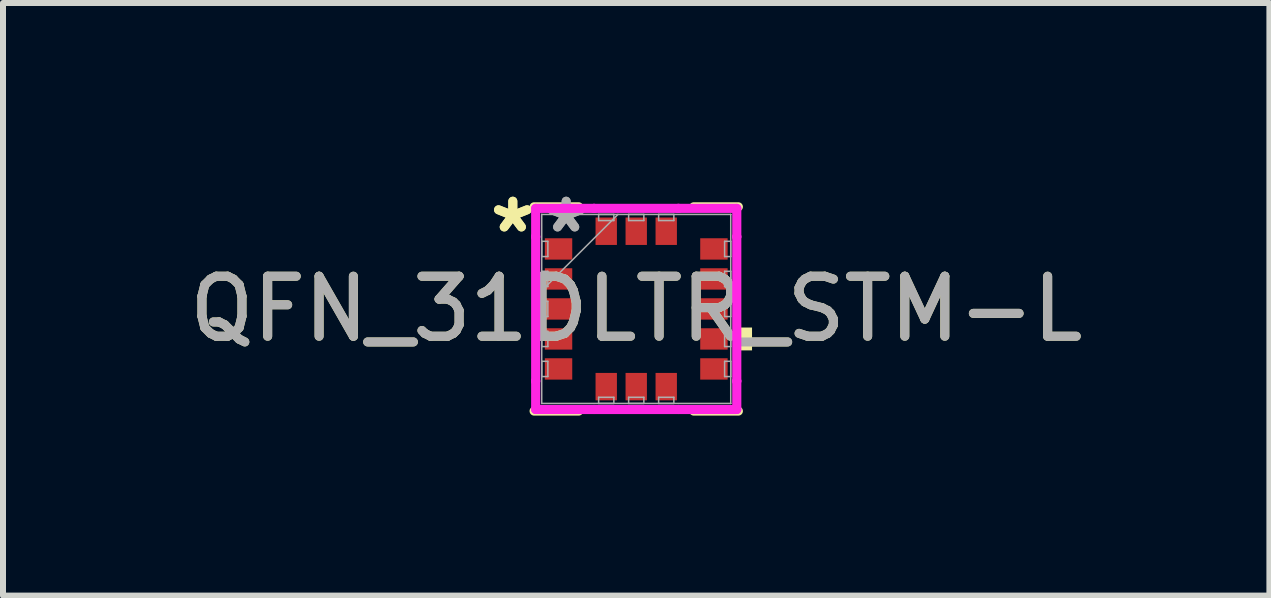
<source format=kicad_pcb>
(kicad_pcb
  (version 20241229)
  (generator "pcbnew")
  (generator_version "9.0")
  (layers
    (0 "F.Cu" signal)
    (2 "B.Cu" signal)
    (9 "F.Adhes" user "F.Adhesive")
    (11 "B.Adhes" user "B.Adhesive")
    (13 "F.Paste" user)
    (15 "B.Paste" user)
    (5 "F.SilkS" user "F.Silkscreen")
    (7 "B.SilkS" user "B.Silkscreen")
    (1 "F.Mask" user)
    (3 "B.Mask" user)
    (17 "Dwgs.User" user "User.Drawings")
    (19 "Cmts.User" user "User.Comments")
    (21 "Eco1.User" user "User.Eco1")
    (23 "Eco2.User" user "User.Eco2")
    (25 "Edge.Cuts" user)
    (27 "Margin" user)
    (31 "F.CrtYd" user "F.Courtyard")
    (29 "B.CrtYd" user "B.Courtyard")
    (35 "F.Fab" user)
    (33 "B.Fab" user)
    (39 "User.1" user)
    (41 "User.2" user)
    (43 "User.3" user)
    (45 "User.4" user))
  (footprint "QFN_31DLTR_STM-L"
    (layer "F.Cu")
    (at 7.554 2.099)
    (property "Reference" "QFN_31DLTR_STM-L" (at 0 0 0) (unlocked yes) (layer "F.SilkS") (effects (font (size 1 1) (thickness 0.15))))
    (attr smd)
    (fp_line (start -1.702 1.702) (end -0.959 1.702) (stroke (width 0.152) (type solid)) (layer "F.SilkS"))
    (fp_line (start -0.959 -1.702) (end -1.702 -1.702) (stroke (width 0.152) (type solid)) (layer "F.SilkS"))
    (fp_line (start 0.959 1.702) (end 1.702 1.702) (stroke (width 0.152) (type solid)) (layer "F.SilkS"))
    (fp_line (start 1.702 -1.702) (end 0.959 -1.702) (stroke (width 0.152) (type solid)) (layer "F.SilkS"))
    (fp_poly (pts (xy 1.93 0.31) (xy 1.93 0.691) (xy 1.676 0.691) (xy 1.676 0.31)) (stroke (width 0) (type solid)) (fill yes) (layer "F.SilkS"))
    (fp_line (start -1.676 -1.676) (end -0.703 -1.676) (stroke (width 0.152) (type solid)) (layer "F.CrtYd"))
    (fp_line (start -1.676 -1.203) (end -1.676 -1.676) (stroke (width 0.152) (type solid)) (layer "F.CrtYd"))
    (fp_line (start -1.676 -1.203) (end -1.676 -1.203) (stroke (width 0.152) (type solid)) (layer "F.CrtYd"))
    (fp_line (start -1.676 1.203) (end -1.676 -1.203) (stroke (width 0.152) (type solid)) (layer "F.CrtYd"))
    (fp_line (start -1.676 1.203) (end -1.676 1.203) (stroke (width 0.152) (type solid)) (layer "F.CrtYd"))
    (fp_line (start -1.676 1.676) (end -1.676 1.203) (stroke (width 0.152) (type solid)) (layer "F.CrtYd"))
    (fp_line (start -0.703 -1.676) (end -0.703 -1.676) (stroke (width 0.152) (type solid)) (layer "F.CrtYd"))
    (fp_line (start -0.703 -1.676) (end 0.703 -1.676) (stroke (width 0.152) (type solid)) (layer "F.CrtYd"))
    (fp_line (start -0.703 1.676) (end -1.676 1.676) (stroke (width 0.152) (type solid)) (layer "F.CrtYd"))
    (fp_line (start -0.703 1.676) (end -0.703 1.676) (stroke (width 0.152) (type solid)) (layer "F.CrtYd"))
    (fp_line (start 0.703 -1.676) (end 0.703 -1.676) (stroke (width 0.152) (type solid)) (layer "F.CrtYd"))
    (fp_line (start 0.703 -1.676) (end 1.676 -1.676) (stroke (width 0.152) (type solid)) (layer "F.CrtYd"))
    (fp_line (start 0.703 1.676) (end -0.703 1.676) (stroke (width 0.152) (type solid)) (layer "F.CrtYd"))
    (fp_line (start 0.703 1.676) (end 0.703 1.676) (stroke (width 0.152) (type solid)) (layer "F.CrtYd"))
    (fp_line (start 1.676 -1.676) (end 1.676 -1.203) (stroke (width 0.152) (type solid)) (layer "F.CrtYd"))
    (fp_line (start 1.676 -1.203) (end 1.676 -1.203) (stroke (width 0.152) (type solid)) (layer "F.CrtYd"))
    (fp_line (start 1.676 -1.203) (end 1.676 1.203) (stroke (width 0.152) (type solid)) (layer "F.CrtYd"))
    (fp_line (start 1.676 1.203) (end 1.676 1.203) (stroke (width 0.152) (type solid)) (layer "F.CrtYd"))
    (fp_line (start 1.676 1.203) (end 1.676 1.676) (stroke (width 0.152) (type solid)) (layer "F.CrtYd"))
    (fp_line (start 1.676 1.676) (end 0.703 1.676) (stroke (width 0.152) (type solid)) (layer "F.CrtYd"))
    (fp_line (start -1.575 -1.575) (end -1.575 -1.575) (stroke (width 0.025) (type solid)) (layer "F.Fab"))
    (fp_line (start -1.575 -1.575) (end -1.575 1.575) (stroke (width 0.025) (type solid)) (layer "F.Fab"))
    (fp_line (start -1.575 -1.127) (end -1.473 -1.127) (stroke (width 0.025) (type solid)) (layer "F.Fab"))
    (fp_line (start -1.575 -0.873) (end -1.575 -1.127) (stroke (width 0.025) (type solid)) (layer "F.Fab"))
    (fp_line (start -1.575 -0.627) (end -1.473 -0.627) (stroke (width 0.025) (type solid)) (layer "F.Fab"))
    (fp_line (start -1.575 -0.373) (end -1.575 -0.627) (stroke (width 0.025) (type solid)) (layer "F.Fab"))
    (fp_line (start -1.575 -0.305) (end -0.305 -1.575) (stroke (width 0.025) (type solid)) (layer "F.Fab"))
    (fp_line (start -1.575 -0.127) (end -1.473 -0.127) (stroke (width 0.025) (type solid)) (layer "F.Fab"))
    (fp_line (start -1.575 0.127) (end -1.575 -0.127) (stroke (width 0.025) (type solid)) (layer "F.Fab"))
    (fp_line (start -1.575 0.373) (end -1.473 0.373) (stroke (width 0.025) (type solid)) (layer "F.Fab"))
    (fp_line (start -1.575 0.627) (end -1.575 0.373) (stroke (width 0.025) (type solid)) (layer "F.Fab"))
    (fp_line (start -1.575 0.873) (end -1.473 0.873) (stroke (width 0.025) (type solid)) (layer "F.Fab"))
    (fp_line (start -1.575 1.127) (end -1.575 0.873) (stroke (width 0.025) (type solid)) (layer "F.Fab"))
    (fp_line (start -1.575 1.575) (end -1.575 1.575) (stroke (width 0.025) (type solid)) (layer "F.Fab"))
    (fp_line (start -1.575 1.575) (end 1.575 1.575) (stroke (width 0.025) (type solid)) (layer "F.Fab"))
    (fp_line (start -1.473 -1.127) (end -1.473 -0.873) (stroke (width 0.025) (type solid)) (layer "F.Fab"))
    (fp_line (start -1.473 -0.873) (end -1.575 -0.873) (stroke (width 0.025) (type solid)) (layer "F.Fab"))
    (fp_line (start -1.473 -0.627) (end -1.473 -0.373) (stroke (width 0.025) (type solid)) (layer "F.Fab"))
    (fp_line (start -1.473 -0.373) (end -1.575 -0.373) (stroke (width 0.025) (type solid)) (layer "F.Fab"))
    (fp_line (start -1.473 -0.127) (end -1.473 0.127) (stroke (width 0.025) (type solid)) (layer "F.Fab"))
    (fp_line (start -1.473 0.127) (end -1.575 0.127) (stroke (width 0.025) (type solid)) (layer "F.Fab"))
    (fp_line (start -1.473 0.373) (end -1.473 0.627) (stroke (width 0.025) (type solid)) (layer "F.Fab"))
    (fp_line (start -1.473 0.627) (end -1.575 0.627) (stroke (width 0.025) (type solid)) (layer "F.Fab"))
    (fp_line (start -1.473 0.873) (end -1.473 1.127) (stroke (width 0.025) (type solid)) (layer "F.Fab"))
    (fp_line (start -1.473 1.127) (end -1.575 1.127) (stroke (width 0.025) (type solid)) (layer "F.Fab"))
    (fp_line (start -0.627 -1.575) (end -0.373 -1.575) (stroke (width 0.025) (type solid)) (layer "F.Fab"))
    (fp_line (start -0.627 -1.473) (end -0.627 -1.575) (stroke (width 0.025) (type solid)) (layer "F.Fab"))
    (fp_line (start -0.627 1.473) (end -0.373 1.473) (stroke (width 0.025) (type solid)) (layer "F.Fab"))
    (fp_line (start -0.627 1.575) (end -0.627 1.473) (stroke (width 0.025) (type solid)) (layer "F.Fab"))
    (fp_line (start -0.373 -1.575) (end -0.373 -1.473) (stroke (width 0.025) (type solid)) (layer "F.Fab"))
    (fp_line (start -0.373 -1.473) (end -0.627 -1.473) (stroke (width 0.025) (type solid)) (layer "F.Fab"))
    (fp_line (start -0.373 1.473) (end -0.373 1.575) (stroke (width 0.025) (type solid)) (layer "F.Fab"))
    (fp_line (start -0.373 1.575) (end -0.627 1.575) (stroke (width 0.025) (type solid)) (layer "F.Fab"))
    (fp_line (start -0.127 -1.575) (end 0.127 -1.575) (stroke (width 0.025) (type solid)) (layer "F.Fab"))
    (fp_line (start -0.127 -1.473) (end -0.127 -1.575) (stroke (width 0.025) (type solid)) (layer "F.Fab"))
    (fp_line (start -0.127 1.473) (end 0.127 1.473) (stroke (width 0.025) (type solid)) (layer "F.Fab"))
    (fp_line (start -0.127 1.575) (end -0.127 1.473) (stroke (width 0.025) (type solid)) (layer "F.Fab"))
    (fp_line (start 0.127 -1.575) (end 0.127 -1.473) (stroke (width 0.025) (type solid)) (layer "F.Fab"))
    (fp_line (start 0.127 -1.473) (end -0.127 -1.473) (stroke (width 0.025) (type solid)) (layer "F.Fab"))
    (fp_line (start 0.127 1.473) (end 0.127 1.575) (stroke (width 0.025) (type solid)) (layer "F.Fab"))
    (fp_line (start 0.127 1.575) (end -0.127 1.575) (stroke (width 0.025) (type solid)) (layer "F.Fab"))
    (fp_line (start 0.373 -1.575) (end 0.627 -1.575) (stroke (width 0.025) (type solid)) (layer "F.Fab"))
    (fp_line (start 0.373 -1.473) (end 0.373 -1.575) (stroke (width 0.025) (type solid)) (layer "F.Fab"))
    (fp_line (start 0.373 1.473) (end 0.627 1.473) (stroke (width 0.025) (type solid)) (layer "F.Fab"))
    (fp_line (start 0.373 1.575) (end 0.373 1.473) (stroke (width 0.025) (type solid)) (layer "F.Fab"))
    (fp_line (start 0.627 -1.575) (end 0.627 -1.473) (stroke (width 0.025) (type solid)) (layer "F.Fab"))
    (fp_line (start 0.627 -1.473) (end 0.373 -1.473) (stroke (width 0.025) (type solid)) (layer "F.Fab"))
    (fp_line (start 0.627 1.473) (end 0.627 1.575) (stroke (width 0.025) (type solid)) (layer "F.Fab"))
    (fp_line (start 0.627 1.575) (end 0.373 1.575) (stroke (width 0.025) (type solid)) (layer "F.Fab"))
    (fp_line (start 1.473 -1.127) (end 1.575 -1.127) (stroke (width 0.025) (type solid)) (layer "F.Fab"))
    (fp_line (start 1.473 -0.873) (end 1.473 -1.127) (stroke (width 0.025) (type solid)) (layer "F.Fab"))
    (fp_line (start 1.473 -0.627) (end 1.575 -0.627) (stroke (width 0.025) (type solid)) (layer "F.Fab"))
    (fp_line (start 1.473 -0.373) (end 1.473 -0.627) (stroke (width 0.025) (type solid)) (layer "F.Fab"))
    (fp_line (start 1.473 -0.127) (end 1.575 -0.127) (stroke (width 0.025) (type solid)) (layer "F.Fab"))
    (fp_line (start 1.473 0.127) (end 1.473 -0.127) (stroke (width 0.025) (type solid)) (layer "F.Fab"))
    (fp_line (start 1.473 0.373) (end 1.575 0.373) (stroke (width 0.025) (type solid)) (layer "F.Fab"))
    (fp_line (start 1.473 0.627) (end 1.473 0.373) (stroke (width 0.025) (type solid)) (layer "F.Fab"))
    (fp_line (start 1.473 0.873) (end 1.575 0.873) (stroke (width 0.025) (type solid)) (layer "F.Fab"))
    (fp_line (start 1.473 1.127) (end 1.473 0.873) (stroke (width 0.025) (type solid)) (layer "F.Fab"))
    (fp_line (start 1.575 -1.575) (end -1.575 -1.575) (stroke (width 0.025) (type solid)) (layer "F.Fab"))
    (fp_line (start 1.575 -1.575) (end 1.575 -1.575) (stroke (width 0.025) (type solid)) (layer "F.Fab"))
    (fp_line (start 1.575 -1.127) (end 1.575 -0.873) (stroke (width 0.025) (type solid)) (layer "F.Fab"))
    (fp_line (start 1.575 -0.873) (end 1.473 -0.873) (stroke (width 0.025) (type solid)) (layer "F.Fab"))
    (fp_line (start 1.575 -0.627) (end 1.575 -0.373) (stroke (width 0.025) (type solid)) (layer "F.Fab"))
    (fp_line (start 1.575 -0.373) (end 1.473 -0.373) (stroke (width 0.025) (type solid)) (layer "F.Fab"))
    (fp_line (start 1.575 -0.127) (end 1.575 0.127) (stroke (width 0.025) (type solid)) (layer "F.Fab"))
    (fp_line (start 1.575 0.127) (end 1.473 0.127) (stroke (width 0.025) (type solid)) (layer "F.Fab"))
    (fp_line (start 1.575 0.373) (end 1.575 0.627) (stroke (width 0.025) (type solid)) (layer "F.Fab"))
    (fp_line (start 1.575 0.627) (end 1.473 0.627) (stroke (width 0.025) (type solid)) (layer "F.Fab"))
    (fp_line (start 1.575 0.873) (end 1.575 1.127) (stroke (width 0.025) (type solid)) (layer "F.Fab"))
    (fp_line (start 1.575 1.127) (end 1.473 1.127) (stroke (width 0.025) (type solid)) (layer "F.Fab"))
    (fp_line (start 1.575 1.575) (end 1.575 -1.575) (stroke (width 0.025) (type solid)) (layer "F.Fab"))
    (fp_line (start 1.575 1.575) (end 1.575 1.575) (stroke (width 0.025) (type solid)) (layer "F.Fab"))
    (fp_text user "*" (at -2.057 -1.25 0) (layer "F.SilkS") (effects (font (size 1 1) (thickness 0.15))))
    (fp_text user "*" (at -2.057 -1.25 0) (unlocked yes) (layer "F.SilkS") (effects (font (size 1 1) (thickness 0.15))))
    (fp_text user "*" (at -1.168 -1.25 0) (unlocked yes) (layer "F.Fab") (effects (font (size 1 1) (thickness 0.15))))
    (fp_text user "*" (at -1.168 -1.25 0) (layer "F.Fab") (effects (font (size 1 1) (thickness 0.15))))
    (fp_text user "${REFERENCE}" (at 0 0 0) (unlocked yes) (layer "F.Fab") (effects (font (size 1 1) (thickness 0.15))))
    (pad "1" smd rect (at -1.295 -1 90) (size 0.356 0.457) (layers "F.Cu" "F.Mask" "F.Paste"))
    (pad "2" smd rect (at -1.295 -0.5 90) (size 0.356 0.457) (layers "F.Cu" "F.Mask" "F.Paste"))
    (pad "3" smd rect (at -1.295 0 90) (size 0.356 0.457) (layers "F.Cu" "F.Mask" "F.Paste"))
    (pad "4" smd rect (at -1.295 0.5 90) (size 0.356 0.457) (layers "F.Cu" "F.Mask" "F.Paste"))
    (pad "5" smd rect (at -1.295 1 90) (size 0.356 0.457) (layers "F.Cu" "F.Mask" "F.Paste"))
    (pad "6" smd rect (at -0.5 1.295) (size 0.356 0.457) (layers "F.Cu" "F.Mask" "F.Paste"))
    (pad "7" smd rect (at 0 1.295) (size 0.356 0.457) (layers "F.Cu" "F.Mask" "F.Paste"))
    (pad "8" smd rect (at 0.5 1.295) (size 0.356 0.457) (layers "F.Cu" "F.Mask" "F.Paste"))
    (pad "9" smd rect (at 1.295 1 90) (size 0.356 0.457) (layers "F.Cu" "F.Mask" "F.Paste"))
    (pad "10" smd rect (at 1.295 0.5 90) (size 0.356 0.457) (layers "F.Cu" "F.Mask" "F.Paste"))
    (pad "11" smd rect (at 1.295 0 90) (size 0.356 0.457) (layers "F.Cu" "F.Mask" "F.Paste"))
    (pad "12" smd rect (at 1.295 -0.5 90) (size 0.356 0.457) (layers "F.Cu" "F.Mask" "F.Paste"))
    (pad "13" smd rect (at 1.295 -1 90) (size 0.356 0.457) (layers "F.Cu" "F.Mask" "F.Paste"))
    (pad "14" smd rect (at 0.5 -1.295) (size 0.356 0.457) (layers "F.Cu" "F.Mask" "F.Paste"))
    (pad "15" smd rect (at 0 -1.295) (size 0.356 0.457) (layers "F.Cu" "F.Mask" "F.Paste"))
    (pad "16" smd rect (at -0.5 -1.295) (size 0.356 0.457) (layers "F.Cu" "F.Mask" "F.Paste")))
  (gr_rect
    (start -3 -3)
    (end 18.107 6.877)
    (stroke (width 0.1) (type default))
    (fill no)
    (layer "Edge.Cuts")))
</source>
